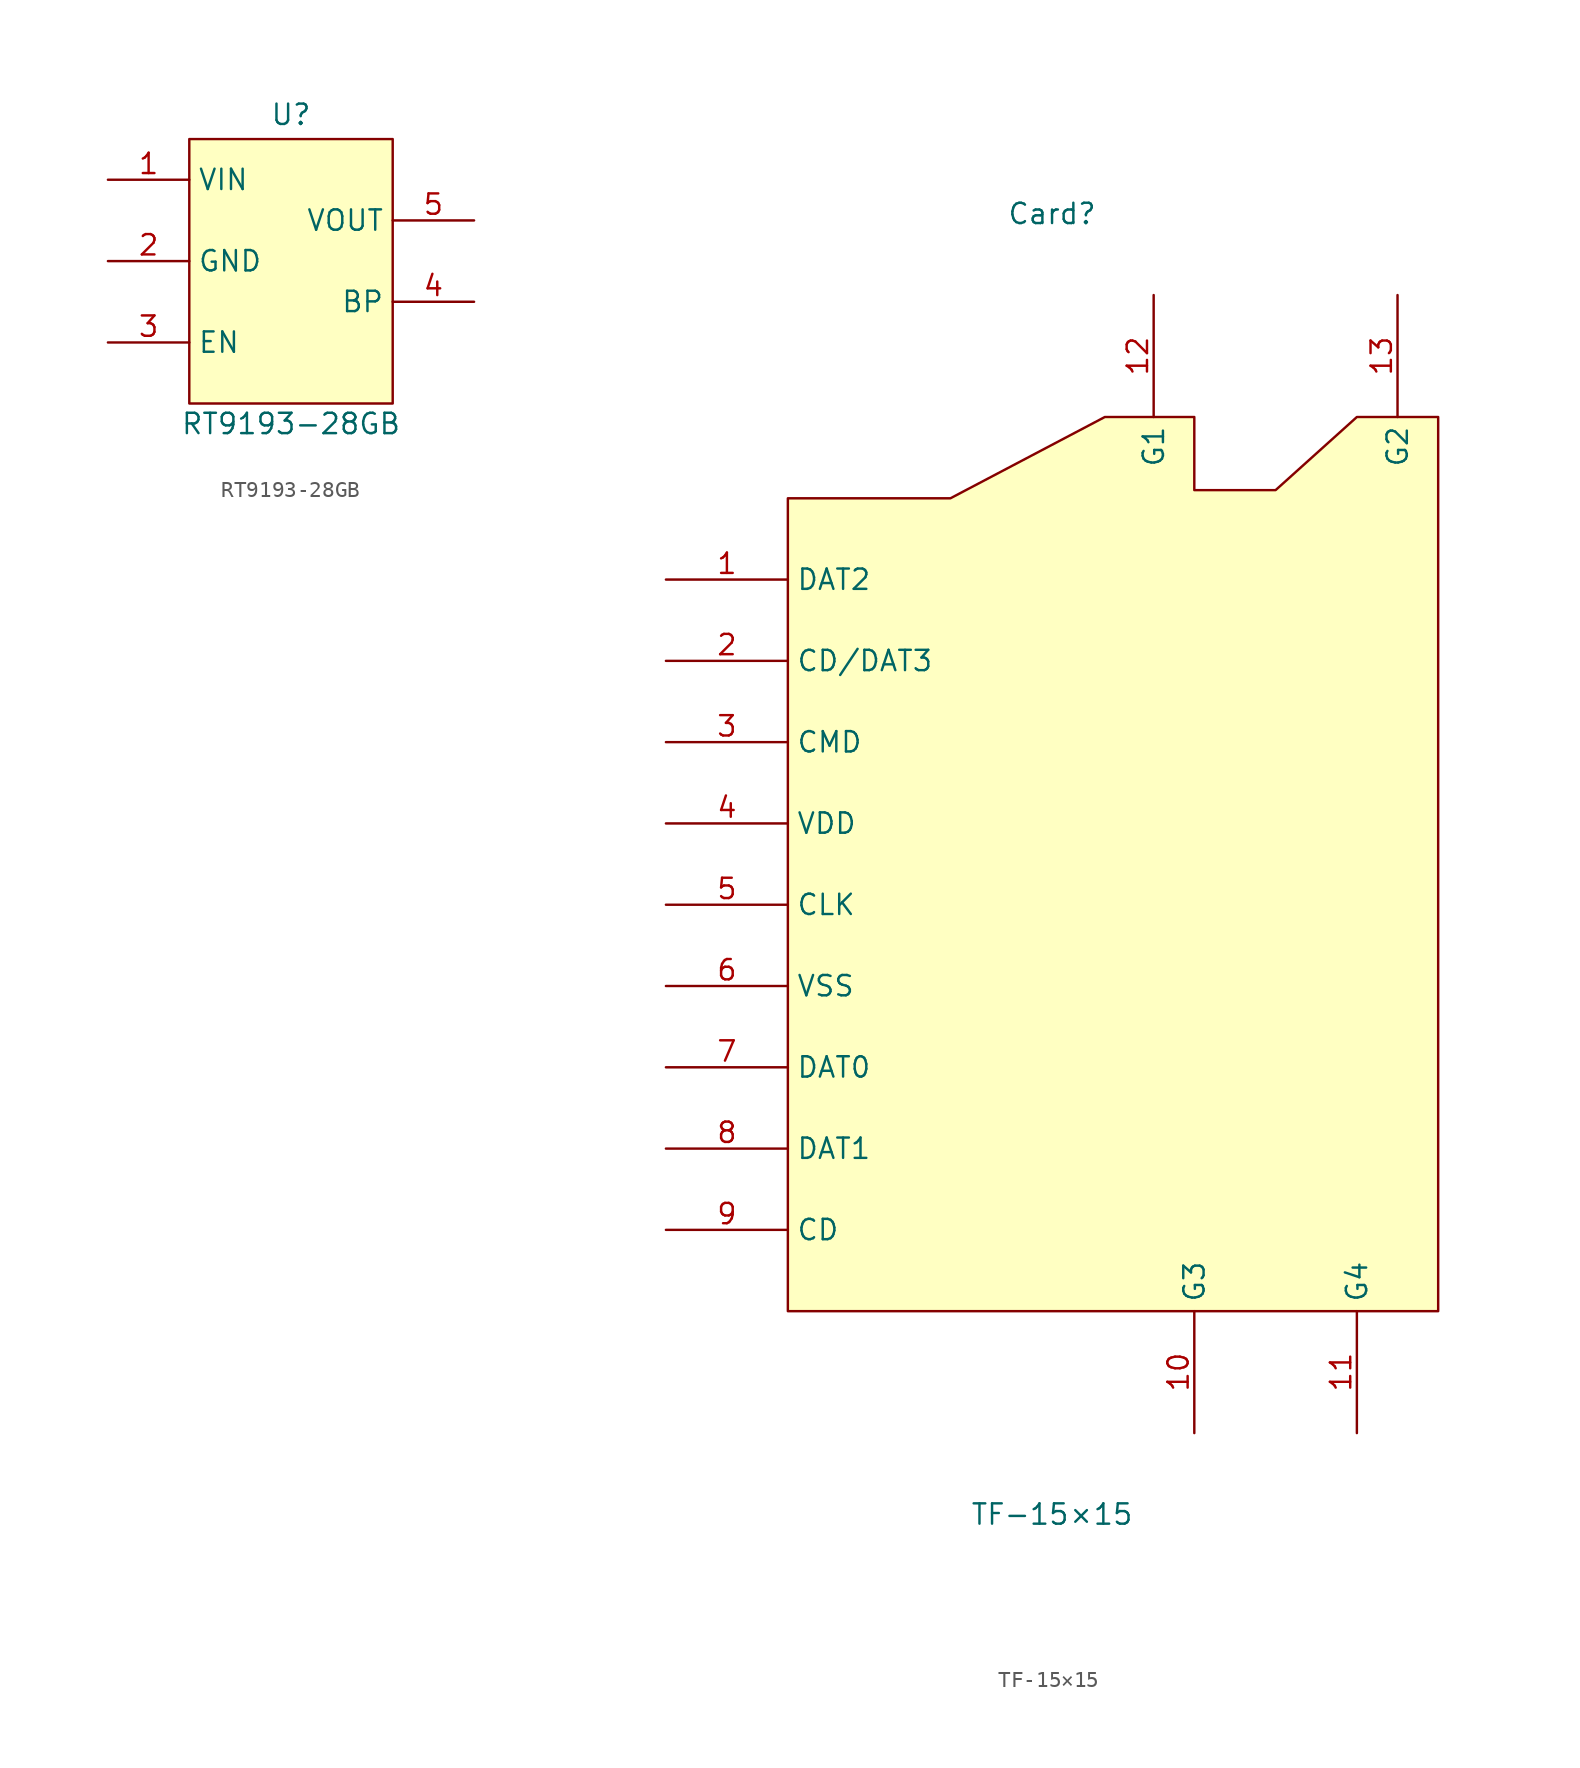
<source format=kicad_sym>
(kicad_symbol_lib
  (version 20241209)
  (generator "kicad_symbol_editor")
  (generator_version "9.0")
  (symbol "RT9193-28GB"
    (property "Reference" "U"
      (at 0 9.144 0)
      (effects (font (size 1.27 1.27))))
    (property "Value" "RT9193-28GB"
      (at 0 -10.16 0)
      (effects (font (size 1.27 1.27))))
    (symbol "RT9193-28GB_0_1"
      (rectangle (start -6.35 7.62) (end 6.35 -8.89) (stroke (width 0) (type default)) (fill (type background))))
    (symbol "RT9193-28GB_1_1"
      (pin power_in line (at -11.43 5.08 0) (length 5.08) (name "VIN" (effects (font (size 1.27 1.27)))) (number "1" (effects (font (size 1.27 1.27)))))
      (pin power_out line (at -11.43 0 0) (length 5.08) (name "GND" (effects (font (size 1.27 1.27)))) (number "2" (effects (font (size 1.27 1.27)))))
      (pin input line (at -11.43 -5.08 0) (length 5.08) (name "EN" (effects (font (size 1.27 1.27)))) (number "3" (effects (font (size 1.27 1.27)))))
      (pin power_out line (at 11.43 2.54 180) (length 5.08) (name "VOUT" (effects (font (size 1.27 1.27)))) (number "5" (effects (font (size 1.27 1.27)))))
      (pin output line (at 11.43 -2.54 180) (length 5.08) (name "BP" (effects (font (size 1.27 1.27)))) (number "4" (effects (font (size 1.27 1.27)))))))
  (symbol "TF-15×15"
    (property "Reference" "Card"
      (at 0 40.64 0)
      (effects (font (size 1.27 1.27))))
    (property "Value" "TF-15×15"
      (at 0 -40.64 0)
      (effects (font (size 1.27 1.27))))
    (symbol "TF-15×15_0_1"
      (polyline (pts (xy -16.51 22.86) (xy -6.35 22.86) (xy 3.3 27.94) (xy 8.89 27.94) (xy 8.89 23.37) (xy 13.97 23.37) (xy 19.05 27.94) (xy 24.13 27.94) (xy 24.13 -27.94) (xy -16.51 -27.94) (xy -16.51 22.86)) (stroke (width 0) (type default)) (fill (type background)))
      (pin bidirectional line (at -24.13 17.78 0) (length 7.62) (name "DAT2" (effects (font (size 1.27 1.27)))) (number "1" (effects (font (size 1.27 1.27)))))
      (pin bidirectional line (at -24.13 12.7 0) (length 7.62) (name "CD/DAT3" (effects (font (size 1.27 1.27)))) (number "2" (effects (font (size 1.27 1.27)))))
      (pin input line (at -24.13 7.62 0) (length 7.62) (name "CMD" (effects (font (size 1.27 1.27)))) (number "3" (effects (font (size 1.27 1.27)))))
      (pin power_in line (at -24.13 2.54 0) (length 7.62) (name "VDD" (effects (font (size 1.27 1.27)))) (number "4" (effects (font (size 1.27 1.27)))))
      (pin input line (at -24.13 -2.54 0) (length 7.62) (name "CLK" (effects (font (size 1.27 1.27)))) (number "5" (effects (font (size 1.27 1.27)))))
      (pin power_out line (at -24.13 -7.62 0) (length 7.62) (name "VSS" (effects (font (size 1.27 1.27)))) (number "6" (effects (font (size 1.27 1.27)))))
      (pin bidirectional line (at -24.13 -12.7 0) (length 7.62) (name "DAT0" (effects (font (size 1.27 1.27)))) (number "7" (effects (font (size 1.27 1.27)))))
      (pin bidirectional line (at -24.13 -17.78 0) (length 7.62) (name "DAT1" (effects (font (size 1.27 1.27)))) (number "8" (effects (font (size 1.27 1.27)))))
      (pin output line (at -24.13 -22.86 0) (length 7.62) (name "CD" (effects (font (size 1.27 1.27)))) (number "9" (effects (font (size 1.27 1.27)))))
      (pin passive line (at 6.35 35.56 270) (length 7.62) (name "G1" (effects (font (size 1.27 1.27)))) (number "12" (effects (font (size 1.27 1.27)))))
      (pin passive line (at 8.89 -35.56 90) (length 7.62) (name "G3" (effects (font (size 1.27 1.27)))) (number "10" (effects (font (size 1.27 1.27)))))
      (pin passive line (at 19.05 -35.56 90) (length 7.62) (name "G4" (effects (font (size 1.27 1.27)))) (number "11" (effects (font (size 1.27 1.27)))))
      (pin passive line (at 21.59 35.56 270) (length 7.62) (name "G2" (effects (font (size 1.27 1.27)))) (number "13" (effects (font (size 1.27 1.27))))))))
</source>
